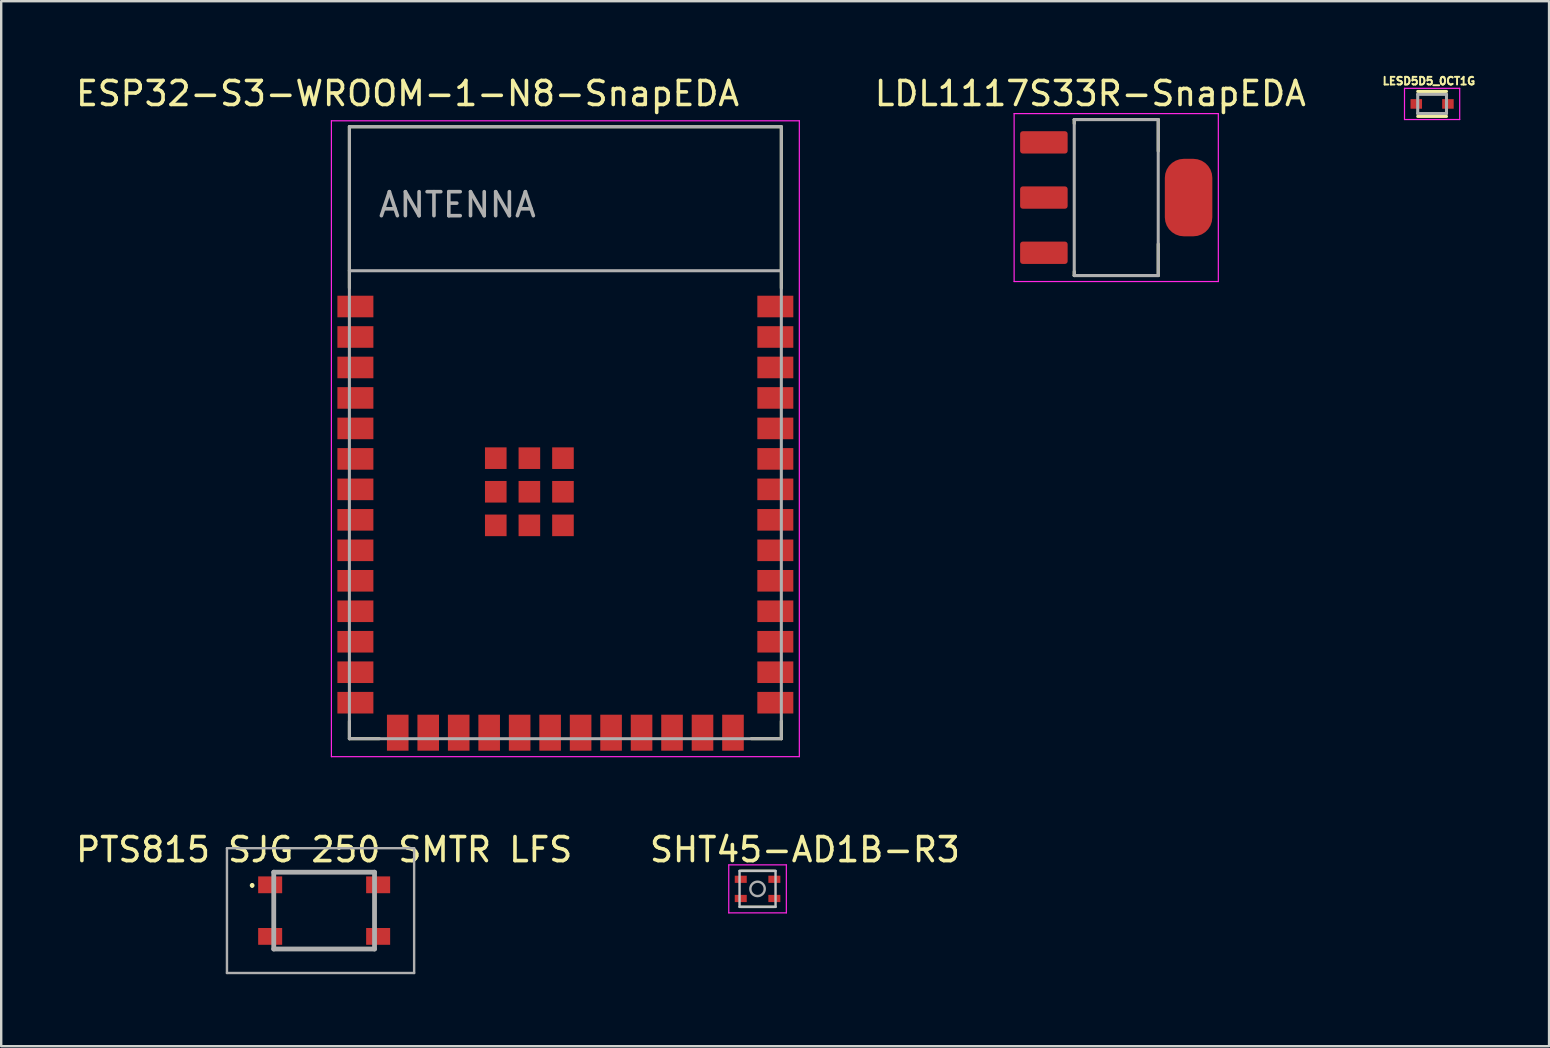
<source format=kicad_pcb>
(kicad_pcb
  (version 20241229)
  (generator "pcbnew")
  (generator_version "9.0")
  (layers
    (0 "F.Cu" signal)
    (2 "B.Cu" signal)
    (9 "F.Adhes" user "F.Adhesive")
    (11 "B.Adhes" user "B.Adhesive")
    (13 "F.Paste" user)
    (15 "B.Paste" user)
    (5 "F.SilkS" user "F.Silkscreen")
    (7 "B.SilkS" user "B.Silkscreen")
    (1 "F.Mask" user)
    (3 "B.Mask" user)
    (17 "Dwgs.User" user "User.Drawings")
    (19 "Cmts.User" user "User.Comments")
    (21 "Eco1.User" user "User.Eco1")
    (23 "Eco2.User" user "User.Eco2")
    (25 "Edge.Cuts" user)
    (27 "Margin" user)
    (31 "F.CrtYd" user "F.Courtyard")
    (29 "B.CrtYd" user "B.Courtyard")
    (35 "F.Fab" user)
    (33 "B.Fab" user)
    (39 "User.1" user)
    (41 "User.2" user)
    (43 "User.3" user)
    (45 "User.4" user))
  (footprint "ESP32-S3-WROOM-1-N8-SnapEDA"
    (layer "F.Cu")
    (at 20.51 14.983)
    (property "Reference" "ESP32-S3-WROOM-1-N8-SnapEDA" (at -6.575 -14.135 0) (layer "F.SilkS") (effects (font (size 1 1) (thickness 0.15))))
    (attr smd)
    (fp_line (start -9 -12.75) (end 9 -12.75) (stroke (width 0.127) (type solid)) (layer "F.SilkS"))
    (fp_line (start -9 -6.03) (end -9 -12.75) (stroke (width 0.127) (type solid)) (layer "F.SilkS"))
    (fp_line (start -9 12.02) (end -9 12.75) (stroke (width 0.127) (type solid)) (layer "F.SilkS"))
    (fp_line (start -9 12.75) (end -7.755 12.75) (stroke (width 0.127) (type solid)) (layer "F.SilkS"))
    (fp_line (start 9 -12.75) (end 9 -6.03) (stroke (width 0.127) (type solid)) (layer "F.SilkS"))
    (fp_line (start 9 12.02) (end 9 12.75) (stroke (width 0.127) (type solid)) (layer "F.SilkS"))
    (fp_line (start 9 12.75) (end 7.755 12.75) (stroke (width 0.127) (type solid)) (layer "F.SilkS"))
    (fp_line (start -9.75 -13) (end 9.75 -13) (stroke (width 0.05) (type solid)) (layer "F.CrtYd"))
    (fp_line (start -9.75 13.5) (end -9.75 -13) (stroke (width 0.05) (type solid)) (layer "F.CrtYd"))
    (fp_line (start -9.75 13.5) (end 9.75 13.5) (stroke (width 0.05) (type solid)) (layer "F.CrtYd"))
    (fp_line (start 9.75 -13) (end 9.75 13.5) (stroke (width 0.05) (type solid)) (layer "F.CrtYd"))
    (fp_line (start -9 -12.75) (end 9 -12.75) (stroke (width 0.127) (type solid)) (layer "F.Fab"))
    (fp_line (start -9 -6.75) (end -9 -12.75) (stroke (width 0.127) (type solid)) (layer "F.Fab"))
    (fp_line (start -9 -6.75) (end 9 -6.75) (stroke (width 0.127) (type solid)) (layer "F.Fab"))
    (fp_line (start -9 12.75) (end -9 -6.75) (stroke (width 0.127) (type solid)) (layer "F.Fab"))
    (fp_line (start 9 -12.75) (end 9 -6.75) (stroke (width 0.127) (type solid)) (layer "F.Fab"))
    (fp_line (start 9 -6.75) (end 9 12.75) (stroke (width 0.127) (type solid)) (layer "F.Fab"))
    (fp_line (start 9 12.75) (end -9 12.75) (stroke (width 0.127) (type solid)) (layer "F.Fab"))
    (fp_text user "ANTENNA" (at -4.5 -9.5 0) (layer "F.Fab") (effects (font (size 1 1) (thickness 0.15))))
    (pad "1" smd rect (at -8.75 -5.26) (size 1.5 0.9) (layers "F.Cu" "F.Mask" "F.Paste"))
    (pad "2" smd rect (at -8.75 -3.99) (size 1.5 0.9) (layers "F.Cu" "F.Mask" "F.Paste"))
    (pad "3" smd rect (at -8.75 -2.72) (size 1.5 0.9) (layers "F.Cu" "F.Mask" "F.Paste"))
    (pad "4" smd rect (at -8.75 -1.45) (size 1.5 0.9) (layers "F.Cu" "F.Mask" "F.Paste"))
    (pad "5" smd rect (at -8.75 -0.18) (size 1.5 0.9) (layers "F.Cu" "F.Mask" "F.Paste"))
    (pad "6" smd rect (at -8.75 1.09) (size 1.5 0.9) (layers "F.Cu" "F.Mask" "F.Paste"))
    (pad "7" smd rect (at -8.75 2.36) (size 1.5 0.9) (layers "F.Cu" "F.Mask" "F.Paste"))
    (pad "8" smd rect (at -8.75 3.63) (size 1.5 0.9) (layers "F.Cu" "F.Mask" "F.Paste"))
    (pad "9" smd rect (at -8.75 4.9) (size 1.5 0.9) (layers "F.Cu" "F.Mask" "F.Paste"))
    (pad "10" smd rect (at -8.75 6.17) (size 1.5 0.9) (layers "F.Cu" "F.Mask" "F.Paste"))
    (pad "11" smd rect (at -8.75 7.44) (size 1.5 0.9) (layers "F.Cu" "F.Mask" "F.Paste"))
    (pad "12" smd rect (at -8.75 8.71) (size 1.5 0.9) (layers "F.Cu" "F.Mask" "F.Paste"))
    (pad "13" smd rect (at -8.75 9.98) (size 1.5 0.9) (layers "F.Cu" "F.Mask" "F.Paste"))
    (pad "14" smd rect (at -8.75 11.25) (size 1.5 0.9) (layers "F.Cu" "F.Mask" "F.Paste"))
    (pad "15" smd rect (at -6.985 12.5) (size 0.9 1.5) (layers "F.Cu" "F.Mask" "F.Paste"))
    (pad "16" smd rect (at -5.715 12.5) (size 0.9 1.5) (layers "F.Cu" "F.Mask" "F.Paste"))
    (pad "17" smd rect (at -4.445 12.5) (size 0.9 1.5) (layers "F.Cu" "F.Mask" "F.Paste"))
    (pad "18" smd rect (at -3.175 12.5) (size 0.9 1.5) (layers "F.Cu" "F.Mask" "F.Paste"))
    (pad "19" smd rect (at -1.905 12.5) (size 0.9 1.5) (layers "F.Cu" "F.Mask" "F.Paste"))
    (pad "20" smd rect (at -0.635 12.5) (size 0.9 1.5) (layers "F.Cu" "F.Mask" "F.Paste"))
    (pad "21" smd rect (at 0.635 12.5) (size 0.9 1.5) (layers "F.Cu" "F.Mask" "F.Paste"))
    (pad "22" smd rect (at 1.905 12.5) (size 0.9 1.5) (layers "F.Cu" "F.Mask" "F.Paste"))
    (pad "23" smd rect (at 3.175 12.5) (size 0.9 1.5) (layers "F.Cu" "F.Mask" "F.Paste"))
    (pad "24" smd rect (at 4.445 12.5) (size 0.9 1.5) (layers "F.Cu" "F.Mask" "F.Paste"))
    (pad "25" smd rect (at 5.715 12.5) (size 0.9 1.5) (layers "F.Cu" "F.Mask" "F.Paste"))
    (pad "26" smd rect (at 6.985 12.5) (size 0.9 1.5) (layers "F.Cu" "F.Mask" "F.Paste"))
    (pad "27" smd rect (at 8.75 11.25) (size 1.5 0.9) (layers "F.Cu" "F.Mask" "F.Paste"))
    (pad "28" smd rect (at 8.75 9.98) (size 1.5 0.9) (layers "F.Cu" "F.Mask" "F.Paste"))
    (pad "29" smd rect (at 8.75 8.71) (size 1.5 0.9) (layers "F.Cu" "F.Mask" "F.Paste"))
    (pad "30" smd rect (at 8.75 7.44) (size 1.5 0.9) (layers "F.Cu" "F.Mask" "F.Paste"))
    (pad "31" smd rect (at 8.75 6.17) (size 1.5 0.9) (layers "F.Cu" "F.Mask" "F.Paste"))
    (pad "32" smd rect (at 8.75 4.9) (size 1.5 0.9) (layers "F.Cu" "F.Mask" "F.Paste"))
    (pad "33" smd rect (at 8.75 3.63) (size 1.5 0.9) (layers "F.Cu" "F.Mask" "F.Paste"))
    (pad "34" smd rect (at 8.75 2.36) (size 1.5 0.9) (layers "F.Cu" "F.Mask" "F.Paste"))
    (pad "35" smd rect (at 8.75 1.09) (size 1.5 0.9) (layers "F.Cu" "F.Mask" "F.Paste"))
    (pad "36" smd rect (at 8.75 -0.18) (size 1.5 0.9) (layers "F.Cu" "F.Mask" "F.Paste"))
    (pad "37" smd rect (at 8.75 -1.45) (size 1.5 0.9) (layers "F.Cu" "F.Mask" "F.Paste"))
    (pad "38" smd rect (at 8.75 -2.72) (size 1.5 0.9) (layers "F.Cu" "F.Mask" "F.Paste"))
    (pad "39" smd rect (at 8.75 -3.99) (size 1.5 0.9) (layers "F.Cu" "F.Mask" "F.Paste"))
    (pad "40" smd rect (at 8.75 -5.26) (size 1.5 0.9) (layers "F.Cu" "F.Mask" "F.Paste"))
    (pad "41_1" smd rect (at -1.5 2.46) (size 0.9 0.9) (layers "F.Cu" "F.Mask" "F.Paste"))
    (pad "41_2" smd rect (at -2.9 2.46) (size 0.9 0.9) (layers "F.Cu" "F.Mask" "F.Paste"))
    (pad "41_3" smd rect (at -0.1 2.46) (size 0.9 0.9) (layers "F.Cu" "F.Mask" "F.Paste"))
    (pad "41_4" smd rect (at -2.9 3.86) (size 0.9 0.9) (layers "F.Cu" "F.Mask" "F.Paste"))
    (pad "41_5" smd rect (at -1.5 3.86) (size 0.9 0.9) (layers "F.Cu" "F.Mask" "F.Paste"))
    (pad "41_6" smd rect (at -0.1 3.86) (size 0.9 0.9) (layers "F.Cu" "F.Mask" "F.Paste"))
    (pad "41_7" smd rect (at -2.9 1.06) (size 0.9 0.9) (layers "F.Cu" "F.Mask" "F.Paste"))
    (pad "41_8" smd rect (at -1.5 1.06) (size 0.9 0.9) (layers "F.Cu" "F.Mask" "F.Paste"))
    (pad "41_9" smd rect (at -0.1 1.06) (size 0.9 0.9) (layers "F.Cu" "F.Mask" "F.Paste"))
    (zone (net_name "") (layer "F.Cu") (hatch full 0.508) (connect_pads) (min_thickness 0.01) (filled_areas_thickness no) (keepout (tracks not_allowed) (vias not_allowed) (pads not_allowed) (copperpour not_allowed) (footprints allowed)) (placement (enabled no)) (fill) (polygon (pts (xy 11.51 2.233) (xy 29.51 2.233) (xy 29.51 8.233) (xy 11.51 8.233))))
    (zone (net_name "") (layers "F.Cu" "B.Cu") (hatch full 0.508) (connect_pads) (min_thickness 0.01) (filled_areas_thickness no) (keepout (tracks allowed) (vias not_allowed) (pads allowed) (copperpour allowed) (footprints allowed)) (placement (enabled no)) (fill) (polygon (pts (xy 11.51 2.233) (xy 29.51 2.233) (xy 29.51 8.233) (xy 11.51 8.233))))
    (zone (net_name "") (layer "B.Cu") (hatch full 0.508) (connect_pads) (min_thickness 0.01) (filled_areas_thickness no) (keepout (tracks not_allowed) (vias not_allowed) (pads not_allowed) (copperpour not_allowed) (footprints allowed)) (placement (enabled no)) (fill) (polygon (pts (xy 11.51 2.233) (xy 29.51 2.233) (xy 29.51 8.233) (xy 11.51 8.233)))))
  (footprint "SHT45-AD1B-R3"
    (layer "F.Cu")
    (at 28.519 33.992)
    (property "Reference" "SHT45-AD1B-R3" (at 1.975 -1.635 0) (layer "F.SilkS") (effects (font (size 1 1) (thickness 0.15))))
    (attr smd)
    (fp_line (start -0.7 -0.75) (end 0.7 -0.75) (stroke (width 0.1) (type solid)) (layer "F.SilkS"))
    (fp_line (start -0.7 0.75) (end 0.7 0.75) (stroke (width 0.1) (type solid)) (layer "F.SilkS"))
    (fp_line (start -0.75 -0.75) (end -0.75 0.75) (stroke (width 0.1) (type solid)) (layer "Dwgs.User"))
    (fp_line (start -0.75 0.75) (end 0.75 0.75) (stroke (width 0.1) (type solid)) (layer "Dwgs.User"))
    (fp_line (start 0.75 -0.75) (end -0.75 -0.75) (stroke (width 0.1) (type solid)) (layer "Dwgs.User"))
    (fp_line (start 0.75 0.75) (end 0.75 -0.75) (stroke (width 0.1) (type solid)) (layer "Dwgs.User"))
    (fp_line (start -1.2 -1) (end -1.2 1) (stroke (width 0.05) (type solid)) (layer "F.CrtYd"))
    (fp_line (start -1.2 1) (end 1.2 1) (stroke (width 0.05) (type solid)) (layer "F.CrtYd"))
    (fp_line (start 1.2 -1) (end -1.2 -1) (stroke (width 0.05) (type solid)) (layer "F.CrtYd"))
    (fp_line (start 1.2 1) (end 1.2 -1) (stroke (width 0.05) (type solid)) (layer "F.CrtYd"))
    (fp_circle (center 0 0) (end 0.3 0) (stroke (width 0.1) (type solid)) (fill no) (layer "F.Fab"))
    (pad "1" smd rect (at -0.7 -0.4) (size 0.5 0.3) (layers "F.Cu" "F.Mask" "F.Paste"))
    (pad "2" smd rect (at -0.7 0.4) (size 0.5 0.3) (layers "F.Cu" "F.Mask" "F.Paste"))
    (pad "3" smd rect (at 0.7 0.4) (size 0.5 0.3) (layers "F.Cu" "F.Mask" "F.Paste"))
    (pad "4" smd rect (at 0.7 -0.4) (size 0.5 0.3) (layers "F.Cu" "F.Mask" "F.Paste")))
  (footprint "PTS815 SJG 250 SMTR LFS"
    (layer "F.Cu")
    (at 10.458 34.897)
    (property "Reference" "PTS815 SJG 250 SMTR LFS" (at 0 -2.54 0) (layer "F.SilkS") (effects (font (size 1 1) (thickness 0.15))))
    (attr smd)
    (fp_line (start -2.1 -0.4) (end -2.1 0.4) (stroke (width 0.1) (type solid)) (layer "F.SilkS"))
    (fp_line (start -1.6 -1.6) (end 1.6 -1.6) (stroke (width 0.1) (type solid)) (layer "F.SilkS"))
    (fp_line (start 1.6 1.6) (end -1.6 1.6) (stroke (width 0.1) (type solid)) (layer "F.SilkS"))
    (fp_line (start 2.1 -0.4) (end 2.1 0.4) (stroke (width 0.1) (type solid)) (layer "F.SilkS"))
    (fp_arc (start -3 -1.1) (mid -2.95 -1.05) (end -3 -1) (stroke (width 0.1) (type solid)) (layer "F.SilkS"))
    (fp_arc (start -3 -1) (mid -3.05 -1.05) (end -3 -1.1) (stroke (width 0.1) (type solid)) (layer "F.SilkS"))
    (fp_line (start -4.05 -2.6) (end 3.75 -2.6) (stroke (width 0.1) (type solid)) (layer "F.Fab"))
    (fp_line (start -4.05 2.6) (end -4.05 -2.6) (stroke (width 0.1) (type solid)) (layer "F.Fab"))
    (fp_line (start -2.1 -1.6) (end 2.1 -1.6) (stroke (width 0.2) (type solid)) (layer "F.Fab"))
    (fp_line (start -2.1 1.6) (end -2.1 -1.6) (stroke (width 0.2) (type solid)) (layer "F.Fab"))
    (fp_line (start 2.1 -1.6) (end 2.1 1.6) (stroke (width 0.2) (type solid)) (layer "F.Fab"))
    (fp_line (start 2.1 1.6) (end -2.1 1.6) (stroke (width 0.2) (type solid)) (layer "F.Fab"))
    (fp_line (start 3.75 -2.6) (end 3.75 2.6) (stroke (width 0.1) (type solid)) (layer "F.Fab"))
    (fp_line (start 3.75 2.6) (end -4.05 2.6) (stroke (width 0.1) (type solid)) (layer "F.Fab"))
    (pad "1" smd rect (at -2.25 -1.075) (size 1 0.7) (layers "F.Cu" "F.Mask" "F.Paste"))
    (pad "2" smd rect (at 2.25 -1.075) (size 1 0.7) (layers "F.Cu" "F.Mask" "F.Paste"))
    (pad "3" smd rect (at -2.25 1.075) (size 1 0.7) (layers "F.Cu" "F.Mask" "F.Paste"))
    (pad "4" smd rect (at 2.25 1.075) (size 1 0.7) (layers "F.Cu" "F.Mask" "F.Paste")))
  (footprint "LESD5D5_0CT1G"
    (layer "F.Cu")
    (at 56.629 1.281)
    (property "Reference" "LESD5D5_0CT1G" (at -0.134 -0.953 0) (layer "F.SilkS") (effects (font (size 0.32 0.32) (thickness 0.08))))
    (attr smd)
    (fp_line (start -0.6 -0.52) (end 0.6 -0.52) (stroke (width 0.127) (type solid)) (layer "F.SilkS"))
    (fp_line (start 0.6 0.52) (end -0.6 0.52) (stroke (width 0.127) (type solid)) (layer "F.SilkS"))
    (fp_line (start -1.15 -0.65) (end -1.15 0.65) (stroke (width 0.05) (type solid)) (layer "F.CrtYd"))
    (fp_line (start -1.15 0.65) (end 1.15 0.65) (stroke (width 0.05) (type solid)) (layer "F.CrtYd"))
    (fp_line (start 1.15 -0.65) (end -1.15 -0.65) (stroke (width 0.05) (type solid)) (layer "F.CrtYd"))
    (fp_line (start 1.15 0.65) (end 1.15 -0.65) (stroke (width 0.05) (type solid)) (layer "F.CrtYd"))
    (fp_line (start -0.6 -0.4) (end 0.6 -0.4) (stroke (width 0.127) (type solid)) (layer "F.Fab"))
    (fp_line (start -0.6 0.4) (end -0.6 -0.4) (stroke (width 0.127) (type solid)) (layer "F.Fab"))
    (fp_line (start 0.6 -0.4) (end 0.6 0.4) (stroke (width 0.127) (type solid)) (layer "F.Fab"))
    (fp_line (start 0.6 0.4) (end -0.6 0.4) (stroke (width 0.127) (type solid)) (layer "F.Fab"))
    (pad "1" smd rect (at -0.66 0) (size 0.48 0.4) (layers "F.Cu" "F.Mask" "F.Paste"))
    (pad "2" smd rect (at 0.66 0) (size 0.48 0.4) (layers "F.Cu" "F.Mask" "F.Paste")))
  (footprint "LDL1117S33R-SnapEDA"
    (layer "F.Cu")
    (at 43.466 5.183)
    (property "Reference" "LDL1117S33R-SnapEDA" (at -1.08 -4.335 0) (layer "F.SilkS") (effects (font (size 1 1) (thickness 0.15))))
    (attr smd)
    (fp_line (start -1.75 -3.25) (end -1.75 -3.085) (stroke (width 0.127) (type solid)) (layer "F.SilkS"))
    (fp_line (start -1.75 3.25) (end -1.75 3.085) (stroke (width 0.127) (type solid)) (layer "F.SilkS"))
    (fp_line (start -1.75 3.25) (end 1.75 3.25) (stroke (width 0.127) (type solid)) (layer "F.SilkS"))
    (fp_line (start 1.75 -3.25) (end -1.75 -3.25) (stroke (width 0.127) (type solid)) (layer "F.SilkS"))
    (fp_line (start 1.75 -1.935) (end 1.75 -3.25) (stroke (width 0.127) (type solid)) (layer "F.SilkS"))
    (fp_line (start 1.75 3.25) (end 1.75 1.935) (stroke (width 0.127) (type solid)) (layer "F.SilkS"))
    (fp_line (start -4.255 -3.5) (end -4.255 3.5) (stroke (width 0.05) (type solid)) (layer "F.CrtYd"))
    (fp_line (start -4.255 3.5) (end 4.255 3.5) (stroke (width 0.05) (type solid)) (layer "F.CrtYd"))
    (fp_line (start 4.255 -3.5) (end -4.255 -3.5) (stroke (width 0.05) (type solid)) (layer "F.CrtYd"))
    (fp_line (start 4.255 3.5) (end 4.255 -3.5) (stroke (width 0.05) (type solid)) (layer "F.CrtYd"))
    (fp_line (start -1.75 -3.25) (end -1.75 3.25) (stroke (width 0.127) (type solid)) (layer "F.Fab"))
    (fp_line (start -1.75 3.25) (end 1.75 3.25) (stroke (width 0.127) (type solid)) (layer "F.Fab"))
    (fp_line (start 1.75 -3.25) (end -1.75 -3.25) (stroke (width 0.127) (type solid)) (layer "F.Fab"))
    (fp_line (start 1.75 3.25) (end 1.75 -3.25) (stroke (width 0.127) (type solid)) (layer "F.Fab"))
    (pad "1" smd roundrect (at -3.015 -2.3) (size 1.98 0.93) (layers "F.Cu" "F.Mask" "F.Paste") (roundrect_rratio 0.12))
    (pad "2" smd roundrect (at -3.015 0) (size 1.98 0.93) (layers "F.Cu" "F.Mask" "F.Paste") (roundrect_rratio 0.12))
    (pad "3" smd roundrect (at -3.015 2.3) (size 1.98 0.93) (layers "F.Cu" "F.Mask" "F.Paste") (roundrect_rratio 0.12))
    (pad "4" smd roundrect (at 3.015 0) (size 1.98 3.23) (layers "F.Cu" "F.Mask" "F.Paste") (roundrect_rratio 0.4)))
  (gr_rect
    (start -3 -3)
    (end 61.503 40.547)
    (stroke (width 0.1) (type default))
    (fill no)
    (layer "Edge.Cuts")))
</source>
